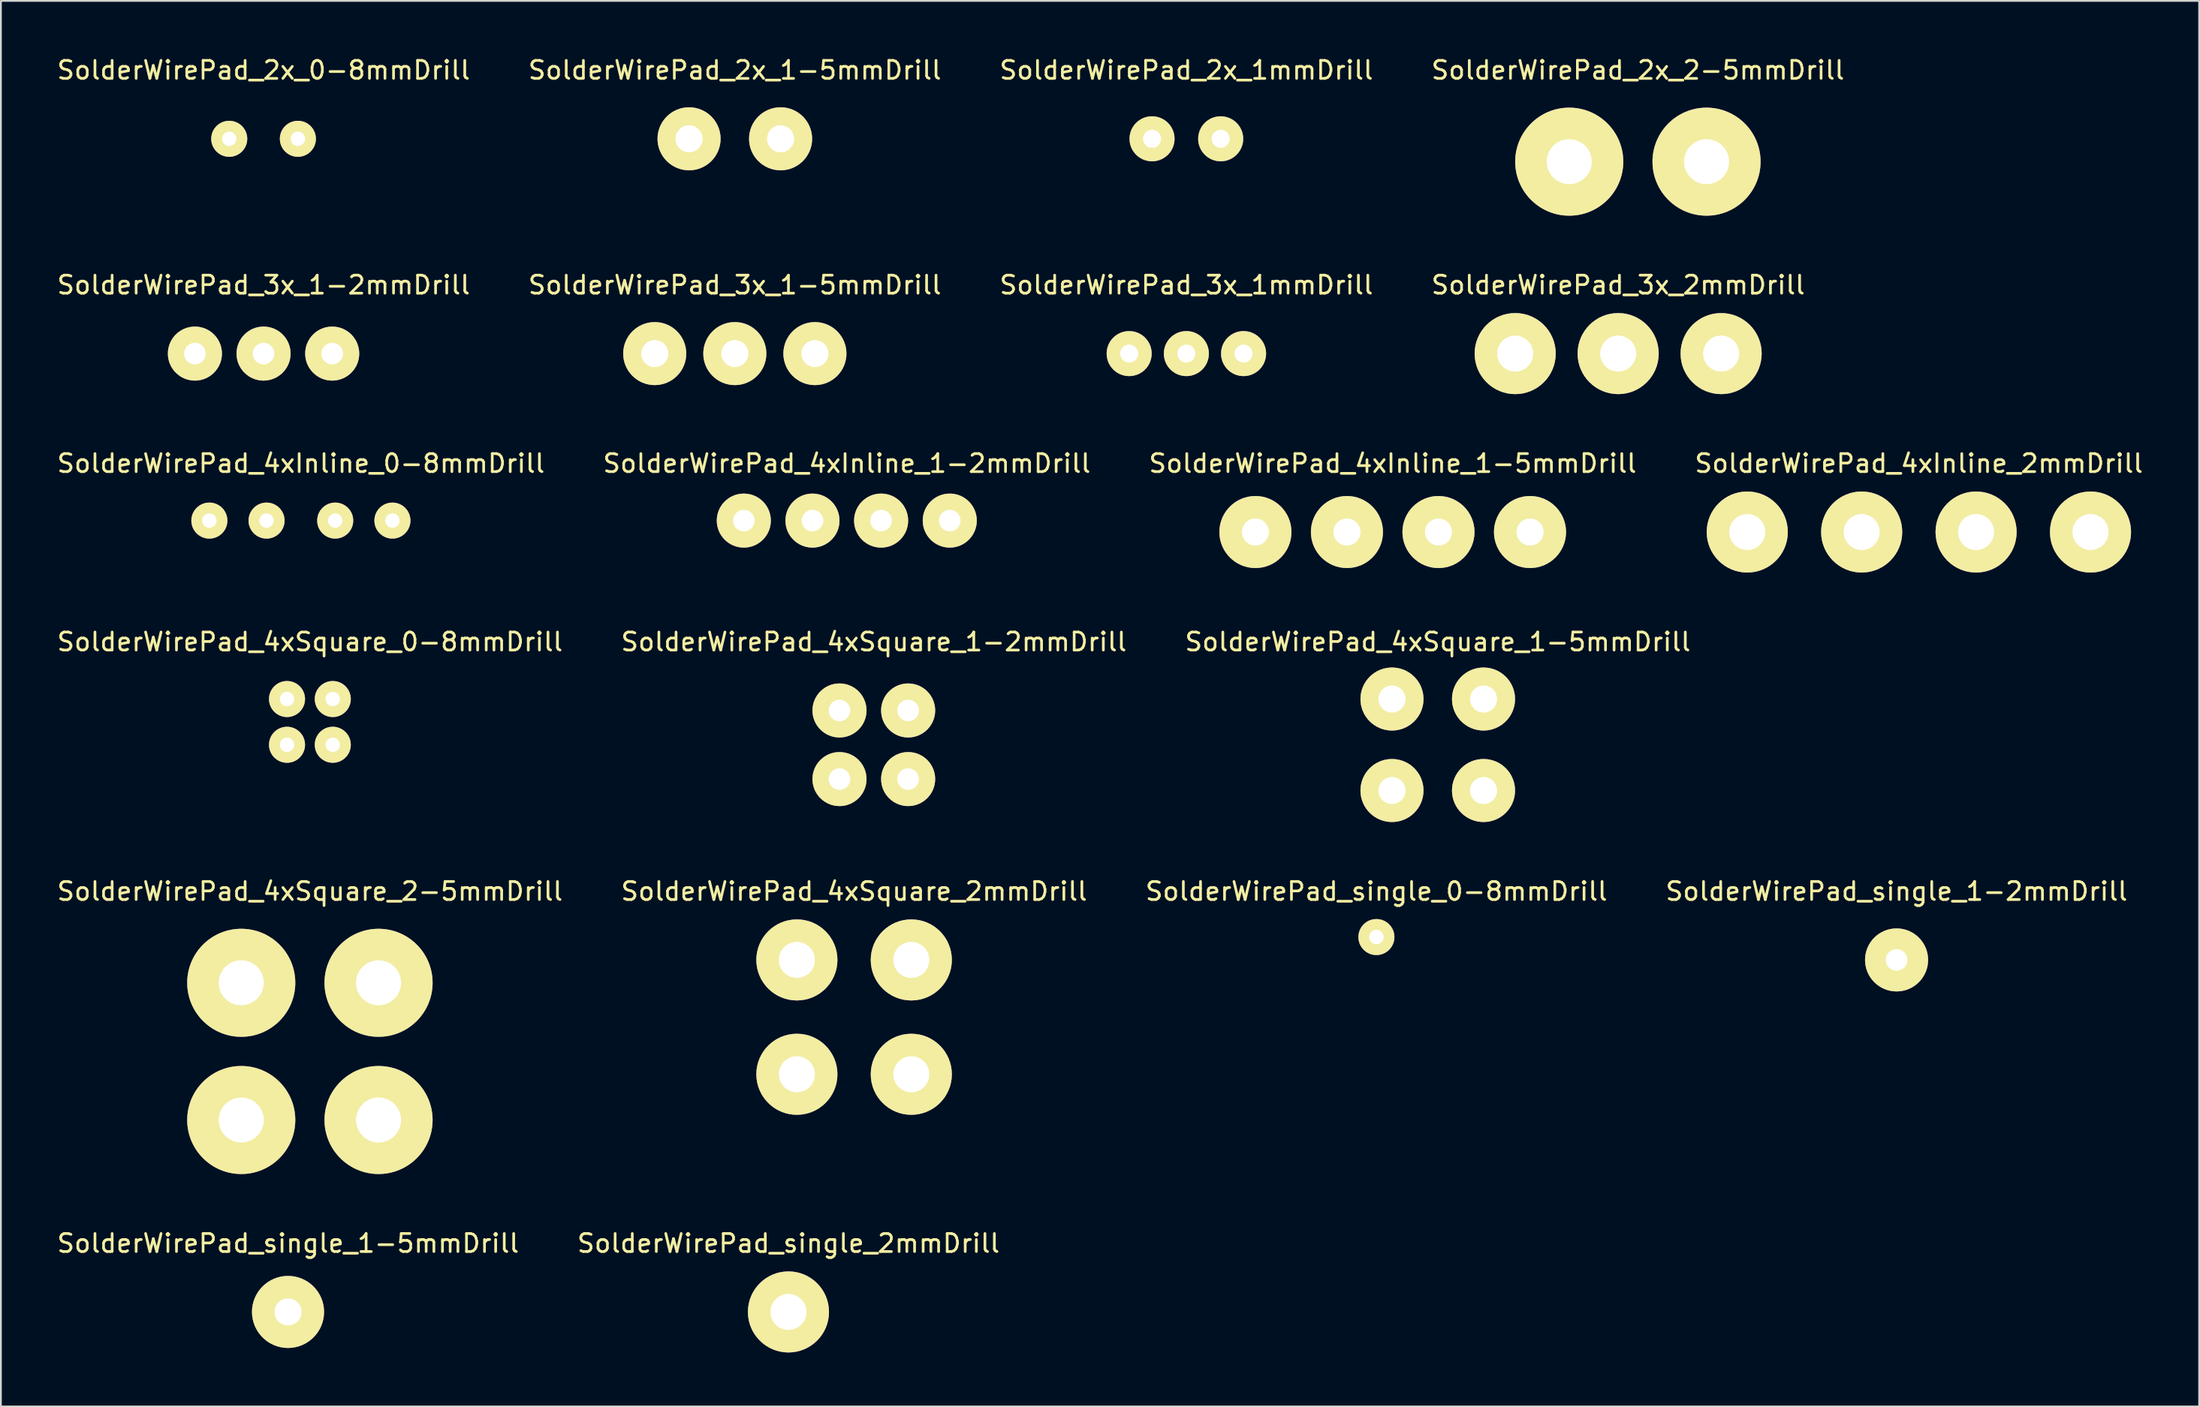
<source format=kicad_pcb>
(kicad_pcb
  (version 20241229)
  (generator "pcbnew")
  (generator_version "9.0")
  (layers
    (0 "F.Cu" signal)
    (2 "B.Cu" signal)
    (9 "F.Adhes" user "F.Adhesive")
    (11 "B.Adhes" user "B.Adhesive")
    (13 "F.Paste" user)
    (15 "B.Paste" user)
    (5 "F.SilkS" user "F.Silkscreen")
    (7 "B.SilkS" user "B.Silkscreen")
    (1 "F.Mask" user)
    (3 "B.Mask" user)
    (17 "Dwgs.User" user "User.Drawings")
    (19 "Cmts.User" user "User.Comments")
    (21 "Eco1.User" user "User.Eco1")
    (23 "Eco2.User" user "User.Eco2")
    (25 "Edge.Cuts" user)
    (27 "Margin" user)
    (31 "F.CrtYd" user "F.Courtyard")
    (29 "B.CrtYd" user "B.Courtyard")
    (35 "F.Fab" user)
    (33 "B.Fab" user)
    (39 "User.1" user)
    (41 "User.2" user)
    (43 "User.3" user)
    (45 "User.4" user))
  (footprint "SolderWirePad_3x_1-2mmDrill"
    (layer "F.Cu")
    (at 11.577 16.586)
    (property "Reference" "SolderWirePad_3x_1-2mmDrill" (at 0 -3.81 0) (layer "F.SilkS") (effects (font (size 1 1) (thickness 0.15))))
    (attr through_hole)
    (pad "1" thru_hole circle (at -3.81 0) (size 3 3) (drill 1.199) (layers "*.Cu" "*.Mask" "F.SilkS"))
    (pad "1" thru_hole circle (at 0 0) (size 3 3) (drill 1.199) (layers "*.Cu" "*.Mask" "F.SilkS"))
    (pad "1" thru_hole circle (at 3.81 0) (size 3 3) (drill 1.199) (layers "*.Cu" "*.Mask" "F.SilkS")))
  (footprint "SolderWirePad_4xInline_2mmDrill"
    (layer "F.Cu")
    (at 103.446 26.495)
    (property "Reference" "SolderWirePad_4xInline_2mmDrill" (at 0 -3.81 0) (layer "F.SilkS") (effects (font (size 1 1) (thickness 0.15))))
    (attr through_hole)
    (pad "1" thru_hole circle (at -9.525 0) (size 4.501 4.501) (drill 1.999) (layers "*.Cu" "*.Mask" "F.SilkS"))
    (pad "1" thru_hole circle (at -3.175 0) (size 4.501 4.501) (drill 1.999) (layers "*.Cu" "*.Mask" "F.SilkS"))
    (pad "1" thru_hole circle (at 3.175 0) (size 4.501 4.501) (drill 1.999) (layers "*.Cu" "*.Mask" "F.SilkS"))
    (pad "1" thru_hole circle (at 9.525 0) (size 4.501 4.501) (drill 1.999) (layers "*.Cu" "*.Mask" "F.SilkS")))
  (footprint "SolderWirePad_3x_2mmDrill"
    (layer "F.Cu")
    (at 86.756 16.586)
    (property "Reference" "SolderWirePad_3x_2mmDrill" (at 0 -3.81 0) (layer "F.SilkS") (effects (font (size 1 1) (thickness 0.15))))
    (attr through_hole)
    (pad "1" thru_hole circle (at -5.715 0) (size 4.501 4.501) (drill 1.999) (layers "*.Cu" "*.Mask" "F.SilkS"))
    (pad "1" thru_hole circle (at 0 0) (size 4.501 4.501) (drill 1.999) (layers "*.Cu" "*.Mask" "F.SilkS"))
    (pad "1" thru_hole circle (at 5.715 0) (size 4.501 4.501) (drill 1.999) (layers "*.Cu" "*.Mask" "F.SilkS")))
  (footprint "SolderWirePad_single_1-2mmDrill"
    (layer "F.Cu")
    (at 102.208 50.257)
    (property "Reference" "SolderWirePad_single_1-2mmDrill" (at 0 -3.81 0) (layer "F.SilkS") (effects (font (size 1 1) (thickness 0.15))))
    (attr through_hole)
    (pad "1" thru_hole circle (at 0 0) (size 3.5 3.5) (drill 1.199) (layers "*.Cu" "*.Mask" "F.SilkS")))
  (footprint "SolderWirePad_3x_1-5mmDrill"
    (layer "F.Cu")
    (at 37.732 16.586)
    (property "Reference" "SolderWirePad_3x_1-5mmDrill" (at 0 -3.81 0) (layer "F.SilkS") (effects (font (size 1 1) (thickness 0.15))))
    (attr through_hole)
    (pad "1" thru_hole circle (at -4.445 0) (size 3.5 3.5) (drill 1.501) (layers "*.Cu" "*.Mask" "F.SilkS"))
    (pad "1" thru_hole circle (at 0 0) (size 3.5 3.5) (drill 1.501) (layers "*.Cu" "*.Mask" "F.SilkS"))
    (pad "1" thru_hole circle (at 4.445 0) (size 3.5 3.5) (drill 1.501) (layers "*.Cu" "*.Mask" "F.SilkS")))
  (footprint "SolderWirePad_4xSquare_2mmDrill"
    (layer "F.Cu")
    (at 44.351 53.432)
    (property "Reference" "SolderWirePad_4xSquare_2mmDrill" (at 0 -6.985 0) (layer "F.SilkS") (effects (font (size 1 1) (thickness 0.15))))
    (attr through_hole)
    (pad "1" thru_hole circle (at -3.175 -3.175) (size 4.501 4.501) (drill 1.999) (layers "*.Cu" "*.Mask" "F.SilkS"))
    (pad "1" thru_hole circle (at -3.175 3.175) (size 4.501 4.501) (drill 1.999) (layers "*.Cu" "*.Mask" "F.SilkS"))
    (pad "1" thru_hole circle (at 3.175 -3.175) (size 4.501 4.501) (drill 1.999) (layers "*.Cu" "*.Mask" "F.SilkS"))
    (pad "1" thru_hole circle (at 3.175 3.175) (size 4.501 4.501) (drill 1.999) (layers "*.Cu" "*.Mask" "F.SilkS")))
  (footprint "SolderWirePad_4xSquare_1-5mmDrill"
    (layer "F.Cu")
    (at 76.744 38.309)
    (property "Reference" "SolderWirePad_4xSquare_1-5mmDrill" (at 0 -5.715 0) (layer "F.SilkS") (effects (font (size 1 1) (thickness 0.15))))
    (attr through_hole)
    (pad "1" thru_hole circle (at -2.54 -2.54) (size 3.5 3.5) (drill 1.501) (layers "*.Cu" "*.Mask" "F.SilkS"))
    (pad "1" thru_hole circle (at -2.54 2.54) (size 3.5 3.5) (drill 1.501) (layers "*.Cu" "*.Mask" "F.SilkS"))
    (pad "1" thru_hole circle (at 2.54 -2.54) (size 3.5 3.5) (drill 1.501) (layers "*.Cu" "*.Mask" "F.SilkS"))
    (pad "1" thru_hole circle (at 2.54 2.54) (size 3.5 3.5) (drill 1.501) (layers "*.Cu" "*.Mask" "F.SilkS")))
  (footprint "SolderWirePad_4xSquare_2-5mmDrill"
    (layer "F.Cu")
    (at 14.149 55.337)
    (property "Reference" "SolderWirePad_4xSquare_2-5mmDrill" (at 0 -8.89 0) (layer "F.SilkS") (effects (font (size 1 1) (thickness 0.15))))
    (attr through_hole)
    (pad "1" thru_hole circle (at -3.81 -3.81) (size 5.999 5.999) (drill 2.499) (layers "*.Cu" "*.Mask" "F.SilkS"))
    (pad "1" thru_hole circle (at -3.81 3.81) (size 5.999 5.999) (drill 2.499) (layers "*.Cu" "*.Mask" "F.SilkS"))
    (pad "1" thru_hole circle (at 3.81 -3.81) (size 5.999 5.999) (drill 2.499) (layers "*.Cu" "*.Mask" "F.SilkS"))
    (pad "1" thru_hole circle (at 3.81 3.81) (size 5.999 5.999) (drill 2.499) (layers "*.Cu" "*.Mask" "F.SilkS")))
  (footprint "SolderWirePad_2x_2-5mmDrill"
    (layer "F.Cu")
    (at 87.851 5.928)
    (property "Reference" "SolderWirePad_2x_2-5mmDrill" (at 0 -5.08 0) (layer "F.SilkS") (effects (font (size 1 1) (thickness 0.15))))
    (attr through_hole)
    (pad "1" thru_hole circle (at -3.81 0) (size 5.999 5.999) (drill 2.499) (layers "*.Cu" "*.Mask" "F.SilkS"))
    (pad "1" thru_hole circle (at 3.81 0) (size 5.999 5.999) (drill 2.499) (layers "*.Cu" "*.Mask" "F.SilkS")))
  (footprint "SolderWirePad_3x_1mmDrill"
    (layer "F.Cu")
    (at 62.792 16.586)
    (property "Reference" "SolderWirePad_3x_1mmDrill" (at 0 -3.81 0) (layer "F.SilkS") (effects (font (size 1 1) (thickness 0.15))))
    (attr through_hole)
    (pad "1" thru_hole circle (at -3.175 0) (size 2.499 2.499) (drill 1.001) (layers "*.Cu" "*.Mask" "F.SilkS"))
    (pad "1" thru_hole circle (at 0 0) (size 2.499 2.499) (drill 1.001) (layers "*.Cu" "*.Mask" "F.SilkS"))
    (pad "1" thru_hole circle (at 3.175 0) (size 2.499 2.499) (drill 1.001) (layers "*.Cu" "*.Mask" "F.SilkS")))
  (footprint "SolderWirePad_single_0-8mmDrill"
    (layer "F.Cu")
    (at 73.339 48.987)
    (property "Reference" "SolderWirePad_single_0-8mmDrill" (at 0 -2.54 0) (layer "F.SilkS") (effects (font (size 1 1) (thickness 0.15))))
    (attr through_hole)
    (pad "1" thru_hole circle (at 0 0) (size 1.999 1.999) (drill 0.8) (layers "*.Cu" "*.Mask" "F.SilkS")))
  (footprint "SolderWirePad_4xInline_1-2mmDrill"
    (layer "F.Cu")
    (at 43.946 25.86)
    (property "Reference" "SolderWirePad_4xInline_1-2mmDrill" (at 0 -3.175 0) (layer "F.SilkS") (effects (font (size 1 1) (thickness 0.15))))
    (attr through_hole)
    (pad "1" thru_hole circle (at -5.715 0) (size 3 3) (drill 1.199) (layers "*.Cu" "*.Mask" "F.SilkS"))
    (pad "1" thru_hole circle (at -1.905 0) (size 3 3) (drill 1.199) (layers "*.Cu" "*.Mask" "F.SilkS"))
    (pad "1" thru_hole circle (at 1.905 0) (size 3 3) (drill 1.199) (layers "*.Cu" "*.Mask" "F.SilkS"))
    (pad "1" thru_hole circle (at 5.715 0) (size 3 3) (drill 1.199) (layers "*.Cu" "*.Mask" "F.SilkS")))
  (footprint "SolderWirePad_2x_1mmDrill"
    (layer "F.Cu")
    (at 62.792 4.658)
    (property "Reference" "SolderWirePad_2x_1mmDrill" (at 0 -3.81 0) (layer "F.SilkS") (effects (font (size 1 1) (thickness 0.15))))
    (attr through_hole)
    (pad "1" thru_hole circle (at -1.905 0) (size 2.499 2.499) (drill 1.001) (layers "*.Cu" "*.Mask" "F.SilkS"))
    (pad "1" thru_hole circle (at 1.905 0) (size 2.499 2.499) (drill 1.001) (layers "*.Cu" "*.Mask" "F.SilkS")))
  (footprint "SolderWirePad_4xSquare_0-8mmDrill"
    (layer "F.Cu")
    (at 14.149 37.039)
    (property "Reference" "SolderWirePad_4xSquare_0-8mmDrill" (at 0 -4.445 0) (layer "F.SilkS") (effects (font (size 1 1) (thickness 0.15))))
    (attr through_hole)
    (pad "1" thru_hole circle (at -1.27 -1.27) (size 1.999 1.999) (drill 0.8) (layers "*.Cu" "*.Mask" "F.SilkS"))
    (pad "1" thru_hole circle (at -1.27 1.27) (size 1.999 1.999) (drill 0.8) (layers "*.Cu" "*.Mask" "F.SilkS"))
    (pad "1" thru_hole circle (at 1.27 -1.27) (size 1.999 1.999) (drill 0.8) (layers "*.Cu" "*.Mask" "F.SilkS"))
    (pad "1" thru_hole circle (at 1.27 1.27) (size 1.999 1.999) (drill 0.8) (layers "*.Cu" "*.Mask" "F.SilkS")))
  (footprint "SolderWirePad_4xInline_0-8mmDrill"
    (layer "F.Cu")
    (at 13.649 25.86)
    (property "Reference" "SolderWirePad_4xInline_0-8mmDrill" (at 0 -3.175 0) (layer "F.SilkS") (effects (font (size 1 1) (thickness 0.15))))
    (attr through_hole)
    (pad "1" thru_hole circle (at -5.08 0) (size 1.999 1.999) (drill 0.8) (layers "*.Cu" "*.Mask" "F.SilkS"))
    (pad "1" thru_hole circle (at -1.905 0) (size 1.999 1.999) (drill 0.8) (layers "*.Cu" "*.Mask" "F.SilkS"))
    (pad "1" thru_hole circle (at 1.905 0) (size 1.999 1.999) (drill 0.8) (layers "*.Cu" "*.Mask" "F.SilkS"))
    (pad "1" thru_hole circle (at 5.08 0) (size 1.999 1.999) (drill 0.8) (layers "*.Cu" "*.Mask" "F.SilkS")))
  (footprint "SolderWirePad_2x_1-5mmDrill"
    (layer "F.Cu")
    (at 37.732 4.658)
    (property "Reference" "SolderWirePad_2x_1-5mmDrill" (at 0 -3.81 0) (layer "F.SilkS") (effects (font (size 1 1) (thickness 0.15))))
    (attr through_hole)
    (pad "1" thru_hole circle (at -2.54 0) (size 3.5 3.5) (drill 1.501) (layers "*.Cu" "*.Mask" "F.SilkS"))
    (pad "1" thru_hole circle (at 2.54 0) (size 3.5 3.5) (drill 1.501) (layers "*.Cu" "*.Mask" "F.SilkS")))
  (footprint "SolderWirePad_4xSquare_1-2mmDrill"
    (layer "F.Cu")
    (at 45.446 38.309)
    (property "Reference" "SolderWirePad_4xSquare_1-2mmDrill" (at 0 -5.715 0) (layer "F.SilkS") (effects (font (size 1 1) (thickness 0.15))))
    (attr through_hole)
    (pad "1" thru_hole circle (at -1.905 -1.905) (size 3 3) (drill 1.199) (layers "*.Cu" "*.Mask" "F.SilkS"))
    (pad "1" thru_hole circle (at -1.905 1.905) (size 3 3) (drill 1.199) (layers "*.Cu" "*.Mask" "F.SilkS"))
    (pad "1" thru_hole circle (at 1.905 -1.905) (size 3 3) (drill 1.199) (layers "*.Cu" "*.Mask" "F.SilkS"))
    (pad "1" thru_hole circle (at 1.905 1.905) (size 3 3) (drill 1.199) (layers "*.Cu" "*.Mask" "F.SilkS")))
  (footprint "SolderWirePad_4xInline_1-5mmDrill"
    (layer "F.Cu")
    (at 74.244 26.495)
    (property "Reference" "SolderWirePad_4xInline_1-5mmDrill" (at 0 -3.81 0) (layer "F.SilkS") (effects (font (size 1 1) (thickness 0.15))))
    (attr through_hole)
    (pad "1" thru_hole circle (at -7.62 0) (size 4 4) (drill 1.501) (layers "*.Cu" "*.Mask" "F.SilkS"))
    (pad "1" thru_hole circle (at -2.54 0) (size 4 4) (drill 1.501) (layers "*.Cu" "*.Mask" "F.SilkS"))
    (pad "1" thru_hole circle (at 2.54 0) (size 4 4) (drill 1.501) (layers "*.Cu" "*.Mask" "F.SilkS"))
    (pad "1" thru_hole circle (at 7.62 0) (size 4 4) (drill 1.501) (layers "*.Cu" "*.Mask" "F.SilkS")))
  (footprint "SolderWirePad_2x_0-8mmDrill"
    (layer "F.Cu")
    (at 11.577 4.658)
    (property "Reference" "SolderWirePad_2x_0-8mmDrill" (at 0 -3.81 0) (layer "F.SilkS") (effects (font (size 1 1) (thickness 0.15))))
    (attr through_hole)
    (pad "1" thru_hole circle (at -1.905 0) (size 1.999 1.999) (drill 0.8) (layers "*.Cu" "*.Mask" "F.SilkS"))
    (pad "1" thru_hole circle (at 1.905 0) (size 1.999 1.999) (drill 0.8) (layers "*.Cu" "*.Mask" "F.SilkS")))
  (footprint "SolderWirePad_single_2mmDrill"
    (layer "F.Cu")
    (at 40.708 69.805)
    (property "Reference" "SolderWirePad_single_2mmDrill" (at 0 -3.81 0) (layer "F.SilkS") (effects (font (size 1 1) (thickness 0.15))))
    (attr through_hole)
    (pad "1" thru_hole circle (at 0 0) (size 4.501 4.501) (drill 1.999) (layers "*.Cu" "*.Mask" "F.SilkS")))
  (footprint "SolderWirePad_single_1-5mmDrill"
    (layer "F.Cu")
    (at 12.935 69.805)
    (property "Reference" "SolderWirePad_single_1-5mmDrill" (at 0 -3.81 0) (layer "F.SilkS") (effects (font (size 1 1) (thickness 0.15))))
    (attr through_hole)
    (pad "1" thru_hole circle (at 0 0) (size 4 4) (drill 1.501) (layers "*.Cu" "*.Mask" "F.SilkS")))
  (gr_rect
    (start -3 -3)
    (end 119 75.055)
    (stroke (width 0.1) (type default))
    (fill no)
    (layer "Edge.Cuts")))
</source>
